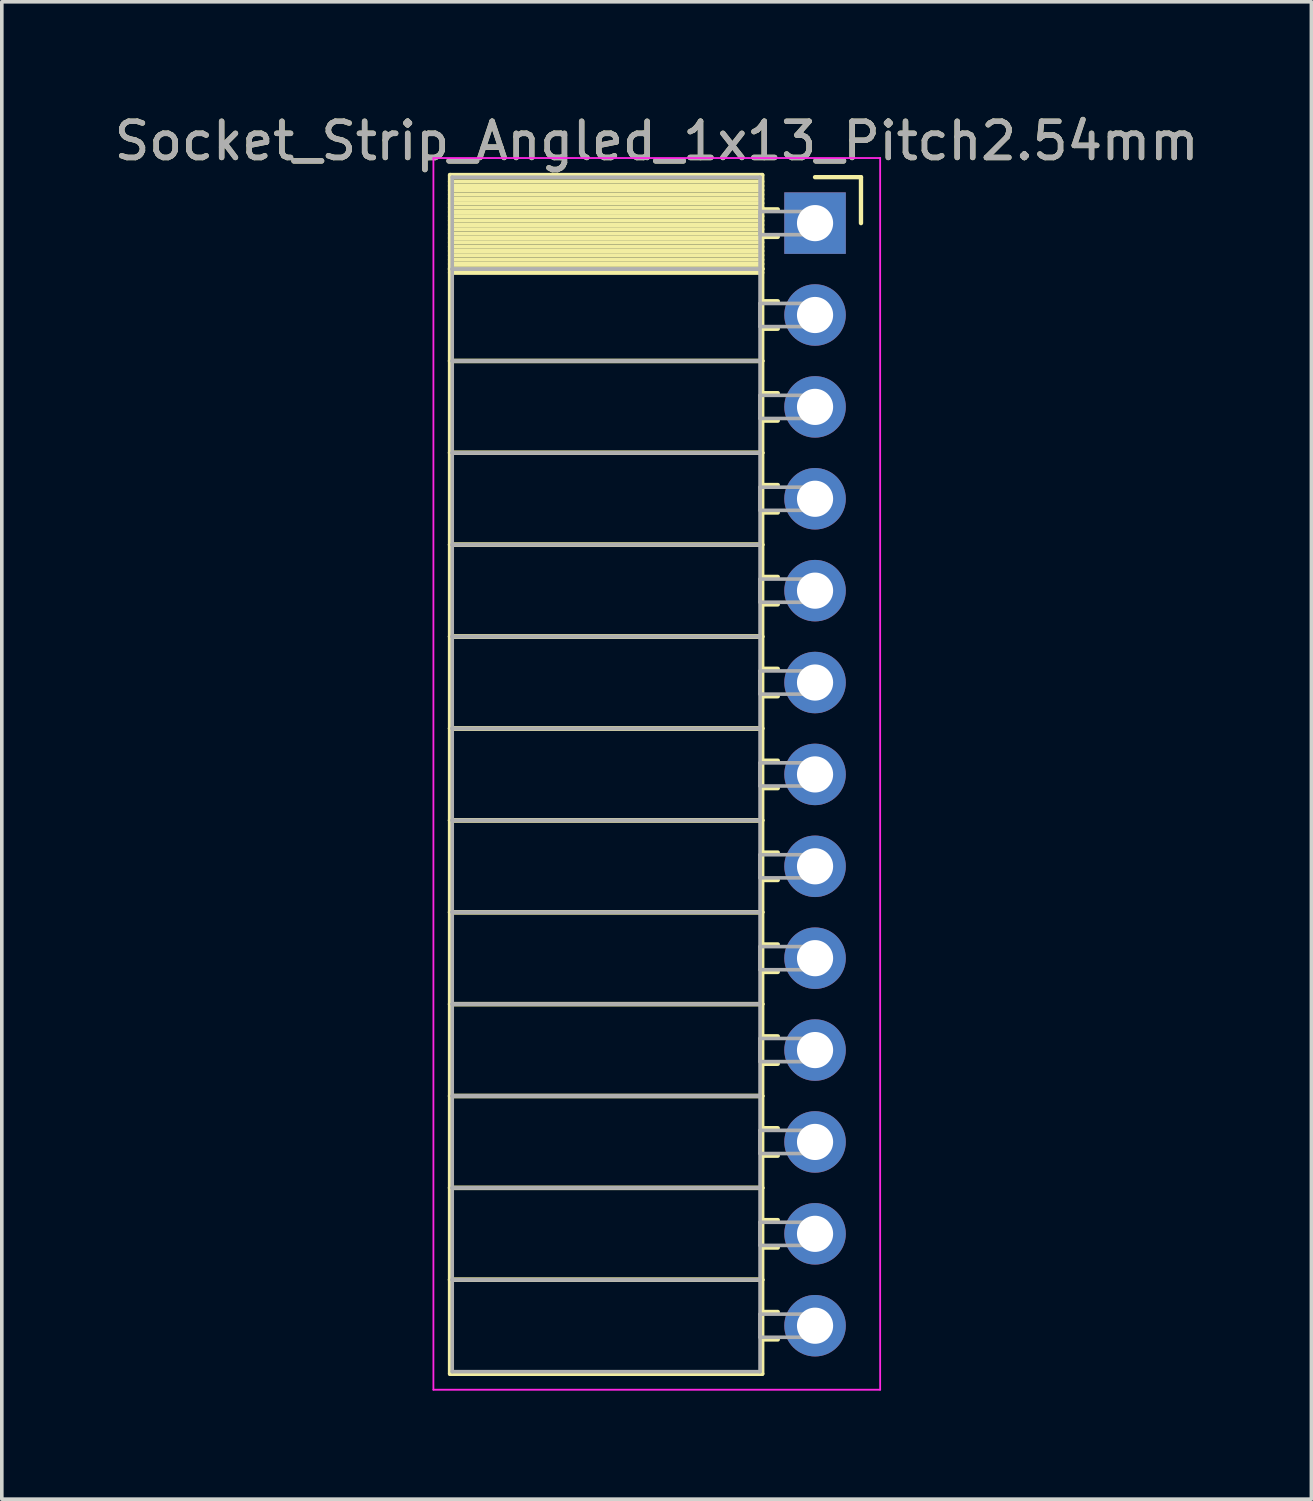
<source format=kicad_pcb>
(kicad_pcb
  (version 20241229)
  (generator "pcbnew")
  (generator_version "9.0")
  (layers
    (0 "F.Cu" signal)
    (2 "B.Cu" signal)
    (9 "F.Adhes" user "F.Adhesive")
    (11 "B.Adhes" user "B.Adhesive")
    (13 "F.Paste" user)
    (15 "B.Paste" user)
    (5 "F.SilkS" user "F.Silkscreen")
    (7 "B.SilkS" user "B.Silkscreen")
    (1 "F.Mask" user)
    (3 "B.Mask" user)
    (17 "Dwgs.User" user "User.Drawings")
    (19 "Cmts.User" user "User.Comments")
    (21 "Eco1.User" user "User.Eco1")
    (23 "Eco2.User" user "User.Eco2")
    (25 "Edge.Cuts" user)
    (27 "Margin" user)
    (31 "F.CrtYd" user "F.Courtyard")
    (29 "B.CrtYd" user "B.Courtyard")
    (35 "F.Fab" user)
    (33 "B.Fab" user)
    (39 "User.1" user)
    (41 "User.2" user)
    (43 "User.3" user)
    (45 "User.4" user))
  (footprint "Socket_Strip_Angled_1x13_Pitch2.54mm"
    (layer "F.Cu")
    (at 19.481 3.118)
    (property "Reference" "Socket_Strip_Angled_1x13_Pitch2.54mm" (at -4.38 -2.27 0) (layer "F.SilkS") (effects (font (size 1 1) (thickness 0.15))))
    (attr through_hole)
    (fp_line (start -10.09 -1.33) (end -1.46 -1.33) (stroke (width 0.12) (type solid)) (layer "F.SilkS"))
    (fp_line (start -10.09 1.27) (end -10.09 -1.33) (stroke (width 0.12) (type solid)) (layer "F.SilkS"))
    (fp_line (start -10.09 1.27) (end -1.46 1.27) (stroke (width 0.12) (type solid)) (layer "F.SilkS"))
    (fp_line (start -10.09 3.81) (end -10.09 1.27) (stroke (width 0.12) (type solid)) (layer "F.SilkS"))
    (fp_line (start -10.09 3.81) (end -1.46 3.81) (stroke (width 0.12) (type solid)) (layer "F.SilkS"))
    (fp_line (start -10.09 6.35) (end -10.09 3.81) (stroke (width 0.12) (type solid)) (layer "F.SilkS"))
    (fp_line (start -10.09 6.35) (end -1.46 6.35) (stroke (width 0.12) (type solid)) (layer "F.SilkS"))
    (fp_line (start -10.09 8.89) (end -10.09 6.35) (stroke (width 0.12) (type solid)) (layer "F.SilkS"))
    (fp_line (start -10.09 8.89) (end -1.46 8.89) (stroke (width 0.12) (type solid)) (layer "F.SilkS"))
    (fp_line (start -10.09 11.43) (end -10.09 8.89) (stroke (width 0.12) (type solid)) (layer "F.SilkS"))
    (fp_line (start -10.09 11.43) (end -1.46 11.43) (stroke (width 0.12) (type solid)) (layer "F.SilkS"))
    (fp_line (start -10.09 13.97) (end -10.09 11.43) (stroke (width 0.12) (type solid)) (layer "F.SilkS"))
    (fp_line (start -10.09 13.97) (end -1.46 13.97) (stroke (width 0.12) (type solid)) (layer "F.SilkS"))
    (fp_line (start -10.09 16.51) (end -10.09 13.97) (stroke (width 0.12) (type solid)) (layer "F.SilkS"))
    (fp_line (start -10.09 16.51) (end -1.46 16.51) (stroke (width 0.12) (type solid)) (layer "F.SilkS"))
    (fp_line (start -10.09 19.05) (end -10.09 16.51) (stroke (width 0.12) (type solid)) (layer "F.SilkS"))
    (fp_line (start -10.09 19.05) (end -1.46 19.05) (stroke (width 0.12) (type solid)) (layer "F.SilkS"))
    (fp_line (start -10.09 21.59) (end -10.09 19.05) (stroke (width 0.12) (type solid)) (layer "F.SilkS"))
    (fp_line (start -10.09 21.59) (end -1.46 21.59) (stroke (width 0.12) (type solid)) (layer "F.SilkS"))
    (fp_line (start -10.09 24.13) (end -10.09 21.59) (stroke (width 0.12) (type solid)) (layer "F.SilkS"))
    (fp_line (start -10.09 24.13) (end -1.46 24.13) (stroke (width 0.12) (type solid)) (layer "F.SilkS"))
    (fp_line (start -10.09 26.67) (end -10.09 24.13) (stroke (width 0.12) (type solid)) (layer "F.SilkS"))
    (fp_line (start -10.09 26.67) (end -1.46 26.67) (stroke (width 0.12) (type solid)) (layer "F.SilkS"))
    (fp_line (start -10.09 29.21) (end -10.09 26.67) (stroke (width 0.12) (type solid)) (layer "F.SilkS"))
    (fp_line (start -10.09 29.21) (end -1.46 29.21) (stroke (width 0.12) (type solid)) (layer "F.SilkS"))
    (fp_line (start -10.09 31.81) (end -10.09 29.21) (stroke (width 0.12) (type solid)) (layer "F.SilkS"))
    (fp_line (start -1.46 -1.33) (end -1.46 1.27) (stroke (width 0.12) (type solid)) (layer "F.SilkS"))
    (fp_line (start -1.46 -1.15) (end -10.09 -1.15) (stroke (width 0.12) (type solid)) (layer "F.SilkS"))
    (fp_line (start -1.46 -1.03) (end -10.09 -1.03) (stroke (width 0.12) (type solid)) (layer "F.SilkS"))
    (fp_line (start -1.46 -0.91) (end -10.09 -0.91) (stroke (width 0.12) (type solid)) (layer "F.SilkS"))
    (fp_line (start -1.46 -0.79) (end -10.09 -0.79) (stroke (width 0.12) (type solid)) (layer "F.SilkS"))
    (fp_line (start -1.46 -0.67) (end -10.09 -0.67) (stroke (width 0.12) (type solid)) (layer "F.SilkS"))
    (fp_line (start -1.46 -0.55) (end -10.09 -0.55) (stroke (width 0.12) (type solid)) (layer "F.SilkS"))
    (fp_line (start -1.46 -0.43) (end -10.09 -0.43) (stroke (width 0.12) (type solid)) (layer "F.SilkS"))
    (fp_line (start -1.46 -0.31) (end -10.09 -0.31) (stroke (width 0.12) (type solid)) (layer "F.SilkS"))
    (fp_line (start -1.46 -0.19) (end -10.09 -0.19) (stroke (width 0.12) (type solid)) (layer "F.SilkS"))
    (fp_line (start -1.46 -0.07) (end -10.09 -0.07) (stroke (width 0.12) (type solid)) (layer "F.SilkS"))
    (fp_line (start -1.46 0.05) (end -10.09 0.05) (stroke (width 0.12) (type solid)) (layer "F.SilkS"))
    (fp_line (start -1.46 0.17) (end -10.09 0.17) (stroke (width 0.12) (type solid)) (layer "F.SilkS"))
    (fp_line (start -1.46 0.29) (end -10.09 0.29) (stroke (width 0.12) (type solid)) (layer "F.SilkS"))
    (fp_line (start -1.46 0.41) (end -10.09 0.41) (stroke (width 0.12) (type solid)) (layer "F.SilkS"))
    (fp_line (start -1.46 0.53) (end -10.09 0.53) (stroke (width 0.12) (type solid)) (layer "F.SilkS"))
    (fp_line (start -1.46 0.65) (end -10.09 0.65) (stroke (width 0.12) (type solid)) (layer "F.SilkS"))
    (fp_line (start -1.46 0.77) (end -10.09 0.77) (stroke (width 0.12) (type solid)) (layer "F.SilkS"))
    (fp_line (start -1.46 0.89) (end -10.09 0.89) (stroke (width 0.12) (type solid)) (layer "F.SilkS"))
    (fp_line (start -1.46 1.01) (end -10.09 1.01) (stroke (width 0.12) (type solid)) (layer "F.SilkS"))
    (fp_line (start -1.46 1.13) (end -10.09 1.13) (stroke (width 0.12) (type solid)) (layer "F.SilkS"))
    (fp_line (start -1.46 1.25) (end -10.09 1.25) (stroke (width 0.12) (type solid)) (layer "F.SilkS"))
    (fp_line (start -1.46 1.27) (end -10.09 1.27) (stroke (width 0.12) (type solid)) (layer "F.SilkS"))
    (fp_line (start -1.46 1.27) (end -1.46 3.81) (stroke (width 0.12) (type solid)) (layer "F.SilkS"))
    (fp_line (start -1.46 1.37) (end -10.09 1.37) (stroke (width 0.12) (type solid)) (layer "F.SilkS"))
    (fp_line (start -1.46 3.81) (end -10.09 3.81) (stroke (width 0.12) (type solid)) (layer "F.SilkS"))
    (fp_line (start -1.46 3.81) (end -1.46 6.35) (stroke (width 0.12) (type solid)) (layer "F.SilkS"))
    (fp_line (start -1.46 6.35) (end -10.09 6.35) (stroke (width 0.12) (type solid)) (layer "F.SilkS"))
    (fp_line (start -1.46 6.35) (end -1.46 8.89) (stroke (width 0.12) (type solid)) (layer "F.SilkS"))
    (fp_line (start -1.46 8.89) (end -10.09 8.89) (stroke (width 0.12) (type solid)) (layer "F.SilkS"))
    (fp_line (start -1.46 8.89) (end -1.46 11.43) (stroke (width 0.12) (type solid)) (layer "F.SilkS"))
    (fp_line (start -1.46 11.43) (end -10.09 11.43) (stroke (width 0.12) (type solid)) (layer "F.SilkS"))
    (fp_line (start -1.46 11.43) (end -1.46 13.97) (stroke (width 0.12) (type solid)) (layer "F.SilkS"))
    (fp_line (start -1.46 13.97) (end -10.09 13.97) (stroke (width 0.12) (type solid)) (layer "F.SilkS"))
    (fp_line (start -1.46 13.97) (end -1.46 16.51) (stroke (width 0.12) (type solid)) (layer "F.SilkS"))
    (fp_line (start -1.46 16.51) (end -10.09 16.51) (stroke (width 0.12) (type solid)) (layer "F.SilkS"))
    (fp_line (start -1.46 16.51) (end -1.46 19.05) (stroke (width 0.12) (type solid)) (layer "F.SilkS"))
    (fp_line (start -1.46 19.05) (end -10.09 19.05) (stroke (width 0.12) (type solid)) (layer "F.SilkS"))
    (fp_line (start -1.46 19.05) (end -1.46 21.59) (stroke (width 0.12) (type solid)) (layer "F.SilkS"))
    (fp_line (start -1.46 21.59) (end -10.09 21.59) (stroke (width 0.12) (type solid)) (layer "F.SilkS"))
    (fp_line (start -1.46 21.59) (end -1.46 24.13) (stroke (width 0.12) (type solid)) (layer "F.SilkS"))
    (fp_line (start -1.46 24.13) (end -10.09 24.13) (stroke (width 0.12) (type solid)) (layer "F.SilkS"))
    (fp_line (start -1.46 24.13) (end -1.46 26.67) (stroke (width 0.12) (type solid)) (layer "F.SilkS"))
    (fp_line (start -1.46 26.67) (end -10.09 26.67) (stroke (width 0.12) (type solid)) (layer "F.SilkS"))
    (fp_line (start -1.46 26.67) (end -1.46 29.21) (stroke (width 0.12) (type solid)) (layer "F.SilkS"))
    (fp_line (start -1.46 29.21) (end -10.09 29.21) (stroke (width 0.12) (type solid)) (layer "F.SilkS"))
    (fp_line (start -1.46 29.21) (end -1.46 31.81) (stroke (width 0.12) (type solid)) (layer "F.SilkS"))
    (fp_line (start -1.46 31.81) (end -10.09 31.81) (stroke (width 0.12) (type solid)) (layer "F.SilkS"))
    (fp_line (start -1.03 -0.38) (end -1.46 -0.38) (stroke (width 0.12) (type solid)) (layer "F.SilkS"))
    (fp_line (start -1.03 0.38) (end -1.46 0.38) (stroke (width 0.12) (type solid)) (layer "F.SilkS"))
    (fp_line (start -1.03 2.16) (end -1.46 2.16) (stroke (width 0.12) (type solid)) (layer "F.SilkS"))
    (fp_line (start -1.03 2.92) (end -1.46 2.92) (stroke (width 0.12) (type solid)) (layer "F.SilkS"))
    (fp_line (start -1.03 4.7) (end -1.46 4.7) (stroke (width 0.12) (type solid)) (layer "F.SilkS"))
    (fp_line (start -1.03 5.46) (end -1.46 5.46) (stroke (width 0.12) (type solid)) (layer "F.SilkS"))
    (fp_line (start -1.03 7.24) (end -1.46 7.24) (stroke (width 0.12) (type solid)) (layer "F.SilkS"))
    (fp_line (start -1.03 8) (end -1.46 8) (stroke (width 0.12) (type solid)) (layer "F.SilkS"))
    (fp_line (start -1.03 9.78) (end -1.46 9.78) (stroke (width 0.12) (type solid)) (layer "F.SilkS"))
    (fp_line (start -1.03 10.54) (end -1.46 10.54) (stroke (width 0.12) (type solid)) (layer "F.SilkS"))
    (fp_line (start -1.03 12.32) (end -1.46 12.32) (stroke (width 0.12) (type solid)) (layer "F.SilkS"))
    (fp_line (start -1.03 13.08) (end -1.46 13.08) (stroke (width 0.12) (type solid)) (layer "F.SilkS"))
    (fp_line (start -1.03 14.86) (end -1.46 14.86) (stroke (width 0.12) (type solid)) (layer "F.SilkS"))
    (fp_line (start -1.03 15.62) (end -1.46 15.62) (stroke (width 0.12) (type solid)) (layer "F.SilkS"))
    (fp_line (start -1.03 17.4) (end -1.46 17.4) (stroke (width 0.12) (type solid)) (layer "F.SilkS"))
    (fp_line (start -1.03 18.16) (end -1.46 18.16) (stroke (width 0.12) (type solid)) (layer "F.SilkS"))
    (fp_line (start -1.03 19.94) (end -1.46 19.94) (stroke (width 0.12) (type solid)) (layer "F.SilkS"))
    (fp_line (start -1.03 20.7) (end -1.46 20.7) (stroke (width 0.12) (type solid)) (layer "F.SilkS"))
    (fp_line (start -1.03 22.48) (end -1.46 22.48) (stroke (width 0.12) (type solid)) (layer "F.SilkS"))
    (fp_line (start -1.03 23.24) (end -1.46 23.24) (stroke (width 0.12) (type solid)) (layer "F.SilkS"))
    (fp_line (start -1.03 25.02) (end -1.46 25.02) (stroke (width 0.12) (type solid)) (layer "F.SilkS"))
    (fp_line (start -1.03 25.78) (end -1.46 25.78) (stroke (width 0.12) (type solid)) (layer "F.SilkS"))
    (fp_line (start -1.03 27.56) (end -1.46 27.56) (stroke (width 0.12) (type solid)) (layer "F.SilkS"))
    (fp_line (start -1.03 28.32) (end -1.46 28.32) (stroke (width 0.12) (type solid)) (layer "F.SilkS"))
    (fp_line (start -1.03 30.1) (end -1.46 30.1) (stroke (width 0.12) (type solid)) (layer "F.SilkS"))
    (fp_line (start -1.03 30.86) (end -1.46 30.86) (stroke (width 0.12) (type solid)) (layer "F.SilkS"))
    (fp_line (start 0 -1.27) (end 1.27 -1.27) (stroke (width 0.12) (type solid)) (layer "F.SilkS"))
    (fp_line (start 1.27 -1.27) (end 1.27 0) (stroke (width 0.12) (type solid)) (layer "F.SilkS"))
    (fp_line (start -10.55 -1.8) (end 1.8 -1.8) (stroke (width 0.05) (type solid)) (layer "F.CrtYd"))
    (fp_line (start -10.55 32.25) (end -10.55 -1.8) (stroke (width 0.05) (type solid)) (layer "F.CrtYd"))
    (fp_line (start 1.8 -1.8) (end 1.8 32.25) (stroke (width 0.05) (type solid)) (layer "F.CrtYd"))
    (fp_line (start 1.8 32.25) (end -10.55 32.25) (stroke (width 0.05) (type solid)) (layer "F.CrtYd"))
    (fp_line (start -10.03 -1.27) (end -1.52 -1.27) (stroke (width 0.1) (type solid)) (layer "F.Fab"))
    (fp_line (start -10.03 1.27) (end -10.03 -1.27) (stroke (width 0.1) (type solid)) (layer "F.Fab"))
    (fp_line (start -10.03 1.27) (end -1.52 1.27) (stroke (width 0.1) (type solid)) (layer "F.Fab"))
    (fp_line (start -10.03 3.81) (end -10.03 1.27) (stroke (width 0.1) (type solid)) (layer "F.Fab"))
    (fp_line (start -10.03 3.81) (end -1.52 3.81) (stroke (width 0.1) (type solid)) (layer "F.Fab"))
    (fp_line (start -10.03 6.35) (end -10.03 3.81) (stroke (width 0.1) (type solid)) (layer "F.Fab"))
    (fp_line (start -10.03 6.35) (end -1.52 6.35) (stroke (width 0.1) (type solid)) (layer "F.Fab"))
    (fp_line (start -10.03 8.89) (end -10.03 6.35) (stroke (width 0.1) (type solid)) (layer "F.Fab"))
    (fp_line (start -10.03 8.89) (end -1.52 8.89) (stroke (width 0.1) (type solid)) (layer "F.Fab"))
    (fp_line (start -10.03 11.43) (end -10.03 8.89) (stroke (width 0.1) (type solid)) (layer "F.Fab"))
    (fp_line (start -10.03 11.43) (end -1.52 11.43) (stroke (width 0.1) (type solid)) (layer "F.Fab"))
    (fp_line (start -10.03 13.97) (end -10.03 11.43) (stroke (width 0.1) (type solid)) (layer "F.Fab"))
    (fp_line (start -10.03 13.97) (end -1.52 13.97) (stroke (width 0.1) (type solid)) (layer "F.Fab"))
    (fp_line (start -10.03 16.51) (end -10.03 13.97) (stroke (width 0.1) (type solid)) (layer "F.Fab"))
    (fp_line (start -10.03 16.51) (end -1.52 16.51) (stroke (width 0.1) (type solid)) (layer "F.Fab"))
    (fp_line (start -10.03 19.05) (end -10.03 16.51) (stroke (width 0.1) (type solid)) (layer "F.Fab"))
    (fp_line (start -10.03 19.05) (end -1.52 19.05) (stroke (width 0.1) (type solid)) (layer "F.Fab"))
    (fp_line (start -10.03 21.59) (end -10.03 19.05) (stroke (width 0.1) (type solid)) (layer "F.Fab"))
    (fp_line (start -10.03 21.59) (end -1.52 21.59) (stroke (width 0.1) (type solid)) (layer "F.Fab"))
    (fp_line (start -10.03 24.13) (end -10.03 21.59) (stroke (width 0.1) (type solid)) (layer "F.Fab"))
    (fp_line (start -10.03 24.13) (end -1.52 24.13) (stroke (width 0.1) (type solid)) (layer "F.Fab"))
    (fp_line (start -10.03 26.67) (end -10.03 24.13) (stroke (width 0.1) (type solid)) (layer "F.Fab"))
    (fp_line (start -10.03 26.67) (end -1.52 26.67) (stroke (width 0.1) (type solid)) (layer "F.Fab"))
    (fp_line (start -10.03 29.21) (end -10.03 26.67) (stroke (width 0.1) (type solid)) (layer "F.Fab"))
    (fp_line (start -10.03 29.21) (end -1.52 29.21) (stroke (width 0.1) (type solid)) (layer "F.Fab"))
    (fp_line (start -10.03 31.75) (end -10.03 29.21) (stroke (width 0.1) (type solid)) (layer "F.Fab"))
    (fp_line (start -1.52 -1.27) (end -1.52 1.27) (stroke (width 0.1) (type solid)) (layer "F.Fab"))
    (fp_line (start -1.52 -0.32) (end 0 -0.32) (stroke (width 0.1) (type solid)) (layer "F.Fab"))
    (fp_line (start -1.52 0.32) (end -1.52 -0.32) (stroke (width 0.1) (type solid)) (layer "F.Fab"))
    (fp_line (start -1.52 1.27) (end -10.03 1.27) (stroke (width 0.1) (type solid)) (layer "F.Fab"))
    (fp_line (start -1.52 1.27) (end -1.52 3.81) (stroke (width 0.1) (type solid)) (layer "F.Fab"))
    (fp_line (start -1.52 2.22) (end 0 2.22) (stroke (width 0.1) (type solid)) (layer "F.Fab"))
    (fp_line (start -1.52 2.86) (end -1.52 2.22) (stroke (width 0.1) (type solid)) (layer "F.Fab"))
    (fp_line (start -1.52 3.81) (end -10.03 3.81) (stroke (width 0.1) (type solid)) (layer "F.Fab"))
    (fp_line (start -1.52 3.81) (end -1.52 6.35) (stroke (width 0.1) (type solid)) (layer "F.Fab"))
    (fp_line (start -1.52 4.76) (end 0 4.76) (stroke (width 0.1) (type solid)) (layer "F.Fab"))
    (fp_line (start -1.52 5.4) (end -1.52 4.76) (stroke (width 0.1) (type solid)) (layer "F.Fab"))
    (fp_line (start -1.52 6.35) (end -10.03 6.35) (stroke (width 0.1) (type solid)) (layer "F.Fab"))
    (fp_line (start -1.52 6.35) (end -1.52 8.89) (stroke (width 0.1) (type solid)) (layer "F.Fab"))
    (fp_line (start -1.52 7.3) (end 0 7.3) (stroke (width 0.1) (type solid)) (layer "F.Fab"))
    (fp_line (start -1.52 7.94) (end -1.52 7.3) (stroke (width 0.1) (type solid)) (layer "F.Fab"))
    (fp_line (start -1.52 8.89) (end -10.03 8.89) (stroke (width 0.1) (type solid)) (layer "F.Fab"))
    (fp_line (start -1.52 8.89) (end -1.52 11.43) (stroke (width 0.1) (type solid)) (layer "F.Fab"))
    (fp_line (start -1.52 9.84) (end 0 9.84) (stroke (width 0.1) (type solid)) (layer "F.Fab"))
    (fp_line (start -1.52 10.48) (end -1.52 9.84) (stroke (width 0.1) (type solid)) (layer "F.Fab"))
    (fp_line (start -1.52 11.43) (end -10.03 11.43) (stroke (width 0.1) (type solid)) (layer "F.Fab"))
    (fp_line (start -1.52 11.43) (end -1.52 13.97) (stroke (width 0.1) (type solid)) (layer "F.Fab"))
    (fp_line (start -1.52 12.38) (end 0 12.38) (stroke (width 0.1) (type solid)) (layer "F.Fab"))
    (fp_line (start -1.52 13.02) (end -1.52 12.38) (stroke (width 0.1) (type solid)) (layer "F.Fab"))
    (fp_line (start -1.52 13.97) (end -10.03 13.97) (stroke (width 0.1) (type solid)) (layer "F.Fab"))
    (fp_line (start -1.52 13.97) (end -1.52 16.51) (stroke (width 0.1) (type solid)) (layer "F.Fab"))
    (fp_line (start -1.52 14.92) (end 0 14.92) (stroke (width 0.1) (type solid)) (layer "F.Fab"))
    (fp_line (start -1.52 15.56) (end -1.52 14.92) (stroke (width 0.1) (type solid)) (layer "F.Fab"))
    (fp_line (start -1.52 16.51) (end -10.03 16.51) (stroke (width 0.1) (type solid)) (layer "F.Fab"))
    (fp_line (start -1.52 16.51) (end -1.52 19.05) (stroke (width 0.1) (type solid)) (layer "F.Fab"))
    (fp_line (start -1.52 17.46) (end 0 17.46) (stroke (width 0.1) (type solid)) (layer "F.Fab"))
    (fp_line (start -1.52 18.1) (end -1.52 17.46) (stroke (width 0.1) (type solid)) (layer "F.Fab"))
    (fp_line (start -1.52 19.05) (end -10.03 19.05) (stroke (width 0.1) (type solid)) (layer "F.Fab"))
    (fp_line (start -1.52 19.05) (end -1.52 21.59) (stroke (width 0.1) (type solid)) (layer "F.Fab"))
    (fp_line (start -1.52 20) (end 0 20) (stroke (width 0.1) (type solid)) (layer "F.Fab"))
    (fp_line (start -1.52 20.64) (end -1.52 20) (stroke (width 0.1) (type solid)) (layer "F.Fab"))
    (fp_line (start -1.52 21.59) (end -10.03 21.59) (stroke (width 0.1) (type solid)) (layer "F.Fab"))
    (fp_line (start -1.52 21.59) (end -1.52 24.13) (stroke (width 0.1) (type solid)) (layer "F.Fab"))
    (fp_line (start -1.52 22.54) (end 0 22.54) (stroke (width 0.1) (type solid)) (layer "F.Fab"))
    (fp_line (start -1.52 23.18) (end -1.52 22.54) (stroke (width 0.1) (type solid)) (layer "F.Fab"))
    (fp_line (start -1.52 24.13) (end -10.03 24.13) (stroke (width 0.1) (type solid)) (layer "F.Fab"))
    (fp_line (start -1.52 24.13) (end -1.52 26.67) (stroke (width 0.1) (type solid)) (layer "F.Fab"))
    (fp_line (start -1.52 25.08) (end 0 25.08) (stroke (width 0.1) (type solid)) (layer "F.Fab"))
    (fp_line (start -1.52 25.72) (end -1.52 25.08) (stroke (width 0.1) (type solid)) (layer "F.Fab"))
    (fp_line (start -1.52 26.67) (end -10.03 26.67) (stroke (width 0.1) (type solid)) (layer "F.Fab"))
    (fp_line (start -1.52 26.67) (end -1.52 29.21) (stroke (width 0.1) (type solid)) (layer "F.Fab"))
    (fp_line (start -1.52 27.62) (end 0 27.62) (stroke (width 0.1) (type solid)) (layer "F.Fab"))
    (fp_line (start -1.52 28.26) (end -1.52 27.62) (stroke (width 0.1) (type solid)) (layer "F.Fab"))
    (fp_line (start -1.52 29.21) (end -10.03 29.21) (stroke (width 0.1) (type solid)) (layer "F.Fab"))
    (fp_line (start -1.52 29.21) (end -1.52 31.75) (stroke (width 0.1) (type solid)) (layer "F.Fab"))
    (fp_line (start -1.52 30.16) (end 0 30.16) (stroke (width 0.1) (type solid)) (layer "F.Fab"))
    (fp_line (start -1.52 30.8) (end -1.52 30.16) (stroke (width 0.1) (type solid)) (layer "F.Fab"))
    (fp_line (start -1.52 31.75) (end -10.03 31.75) (stroke (width 0.1) (type solid)) (layer "F.Fab"))
    (fp_line (start 0 -0.32) (end 0 0.32) (stroke (width 0.1) (type solid)) (layer "F.Fab"))
    (fp_line (start 0 0.32) (end -1.52 0.32) (stroke (width 0.1) (type solid)) (layer "F.Fab"))
    (fp_line (start 0 2.22) (end 0 2.86) (stroke (width 0.1) (type solid)) (layer "F.Fab"))
    (fp_line (start 0 2.86) (end -1.52 2.86) (stroke (width 0.1) (type solid)) (layer "F.Fab"))
    (fp_line (start 0 4.76) (end 0 5.4) (stroke (width 0.1) (type solid)) (layer "F.Fab"))
    (fp_line (start 0 5.4) (end -1.52 5.4) (stroke (width 0.1) (type solid)) (layer "F.Fab"))
    (fp_line (start 0 7.3) (end 0 7.94) (stroke (width 0.1) (type solid)) (layer "F.Fab"))
    (fp_line (start 0 7.94) (end -1.52 7.94) (stroke (width 0.1) (type solid)) (layer "F.Fab"))
    (fp_line (start 0 9.84) (end 0 10.48) (stroke (width 0.1) (type solid)) (layer "F.Fab"))
    (fp_line (start 0 10.48) (end -1.52 10.48) (stroke (width 0.1) (type solid)) (layer "F.Fab"))
    (fp_line (start 0 12.38) (end 0 13.02) (stroke (width 0.1) (type solid)) (layer "F.Fab"))
    (fp_line (start 0 13.02) (end -1.52 13.02) (stroke (width 0.1) (type solid)) (layer "F.Fab"))
    (fp_line (start 0 14.92) (end 0 15.56) (stroke (width 0.1) (type solid)) (layer "F.Fab"))
    (fp_line (start 0 15.56) (end -1.52 15.56) (stroke (width 0.1) (type solid)) (layer "F.Fab"))
    (fp_line (start 0 17.46) (end 0 18.1) (stroke (width 0.1) (type solid)) (layer "F.Fab"))
    (fp_line (start 0 18.1) (end -1.52 18.1) (stroke (width 0.1) (type solid)) (layer "F.Fab"))
    (fp_line (start 0 20) (end 0 20.64) (stroke (width 0.1) (type solid)) (layer "F.Fab"))
    (fp_line (start 0 20.64) (end -1.52 20.64) (stroke (width 0.1) (type solid)) (layer "F.Fab"))
    (fp_line (start 0 22.54) (end 0 23.18) (stroke (width 0.1) (type solid)) (layer "F.Fab"))
    (fp_line (start 0 23.18) (end -1.52 23.18) (stroke (width 0.1) (type solid)) (layer "F.Fab"))
    (fp_line (start 0 25.08) (end 0 25.72) (stroke (width 0.1) (type solid)) (layer "F.Fab"))
    (fp_line (start 0 25.72) (end -1.52 25.72) (stroke (width 0.1) (type solid)) (layer "F.Fab"))
    (fp_line (start 0 27.62) (end 0 28.26) (stroke (width 0.1) (type solid)) (layer "F.Fab"))
    (fp_line (start 0 28.26) (end -1.52 28.26) (stroke (width 0.1) (type solid)) (layer "F.Fab"))
    (fp_line (start 0 30.16) (end 0 30.8) (stroke (width 0.1) (type solid)) (layer "F.Fab"))
    (fp_line (start 0 30.8) (end -1.52 30.8) (stroke (width 0.1) (type solid)) (layer "F.Fab"))
    (fp_text user "${REFERENCE}" (at -4.38 -2.27 0) (layer "F.Fab") (effects (font (size 1 1) (thickness 0.15))))
    (pad "1" thru_hole rect (at 0 0) (size 1.7 1.7) (drill 1) (layers "*.Cu" "*.Mask"))
    (pad "2" thru_hole oval (at 0 2.54) (size 1.7 1.7) (drill 1) (layers "*.Cu" "*.Mask"))
    (pad "3" thru_hole oval (at 0 5.08) (size 1.7 1.7) (drill 1) (layers "*.Cu" "*.Mask"))
    (pad "4" thru_hole oval (at 0 7.62) (size 1.7 1.7) (drill 1) (layers "*.Cu" "*.Mask"))
    (pad "5" thru_hole oval (at 0 10.16) (size 1.7 1.7) (drill 1) (layers "*.Cu" "*.Mask"))
    (pad "6" thru_hole oval (at 0 12.7) (size 1.7 1.7) (drill 1) (layers "*.Cu" "*.Mask"))
    (pad "7" thru_hole oval (at 0 15.24) (size 1.7 1.7) (drill 1) (layers "*.Cu" "*.Mask"))
    (pad "8" thru_hole oval (at 0 17.78) (size 1.7 1.7) (drill 1) (layers "*.Cu" "*.Mask"))
    (pad "9" thru_hole oval (at 0 20.32) (size 1.7 1.7) (drill 1) (layers "*.Cu" "*.Mask"))
    (pad "10" thru_hole oval (at 0 22.86) (size 1.7 1.7) (drill 1) (layers "*.Cu" "*.Mask"))
    (pad "11" thru_hole oval (at 0 25.4) (size 1.7 1.7) (drill 1) (layers "*.Cu" "*.Mask"))
    (pad "12" thru_hole oval (at 0 27.94) (size 1.7 1.7) (drill 1) (layers "*.Cu" "*.Mask"))
    (pad "13" thru_hole oval (at 0 30.48) (size 1.7 1.7) (drill 1) (layers "*.Cu" "*.Mask")))
  (gr_rect
    (start -3 -3)
    (end 33.202 38.393)
    (stroke (width 0.1) (type default))
    (fill no)
    (layer "Edge.Cuts")))
</source>
